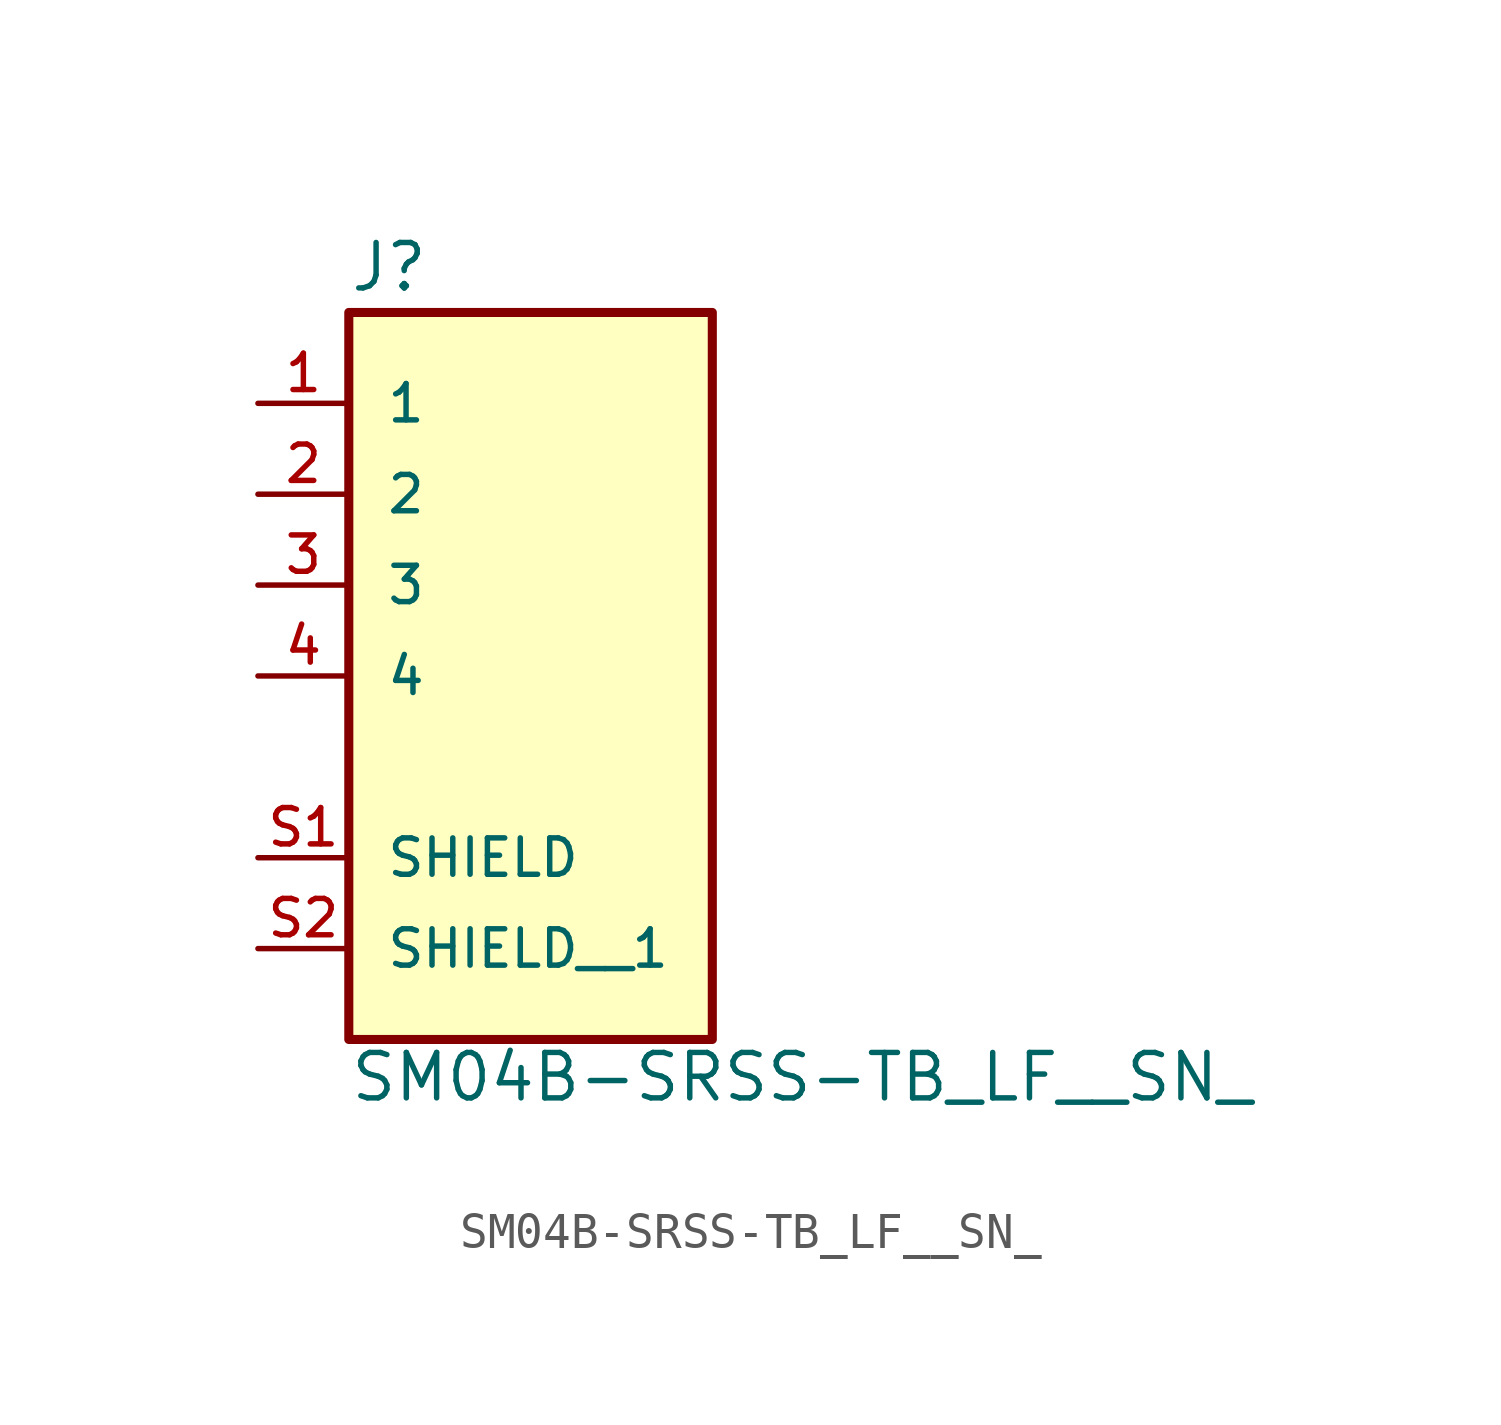
<source format=kicad_sym>
(kicad_symbol_lib
  (version 20211014)
  (generator kicad_symbol_editor)
  (symbol "SM04B-SRSS-TB_LF__SN_"
    (pin_names
      (offset 1.016))
    (property "Reference" "J"
      (at -5.083 8.143 0)
      (effects (font (size 1.27 1.27)) (justify bottom left)))
    (property "Value" "SM04B-SRSS-TB_LF__SN_"
      (at -5.084 -14.496 0)
      (effects (font (size 1.27 1.27)) (justify bottom left)))
    (symbol "SM04B-SRSS-TB_LF__SN__0_0"
      (rectangle (start -5.08 -12.7) (end 5.08 7.62) (stroke (width 0.254)) (fill (type background)))
      (pin passive line (at -7.62 5.08 0) (length 2.54) (name "1" (effects (font (size 1.016 1.016)))) (number "1" (effects (font (size 1.016 1.016)))))
      (pin passive line (at -7.62 2.54 0) (length 2.54) (name "2" (effects (font (size 1.016 1.016)))) (number "2" (effects (font (size 1.016 1.016)))))
      (pin passive line (at -7.62 0.0 0) (length 2.54) (name "3" (effects (font (size 1.016 1.016)))) (number "3" (effects (font (size 1.016 1.016)))))
      (pin passive line (at -7.62 -2.54 0) (length 2.54) (name "4" (effects (font (size 1.016 1.016)))) (number "4" (effects (font (size 1.016 1.016)))))
      (pin passive line (at -7.62 -7.62 0) (length 2.54) (name "SHIELD" (effects (font (size 1.016 1.016)))) (number "S1" (effects (font (size 1.016 1.016)))))
      (pin passive line (at -7.62 -10.16 0) (length 2.54) (name "SHIELD__1" (effects (font (size 1.016 1.016)))) (number "S2" (effects (font (size 1.016 1.016))))))))
</source>
